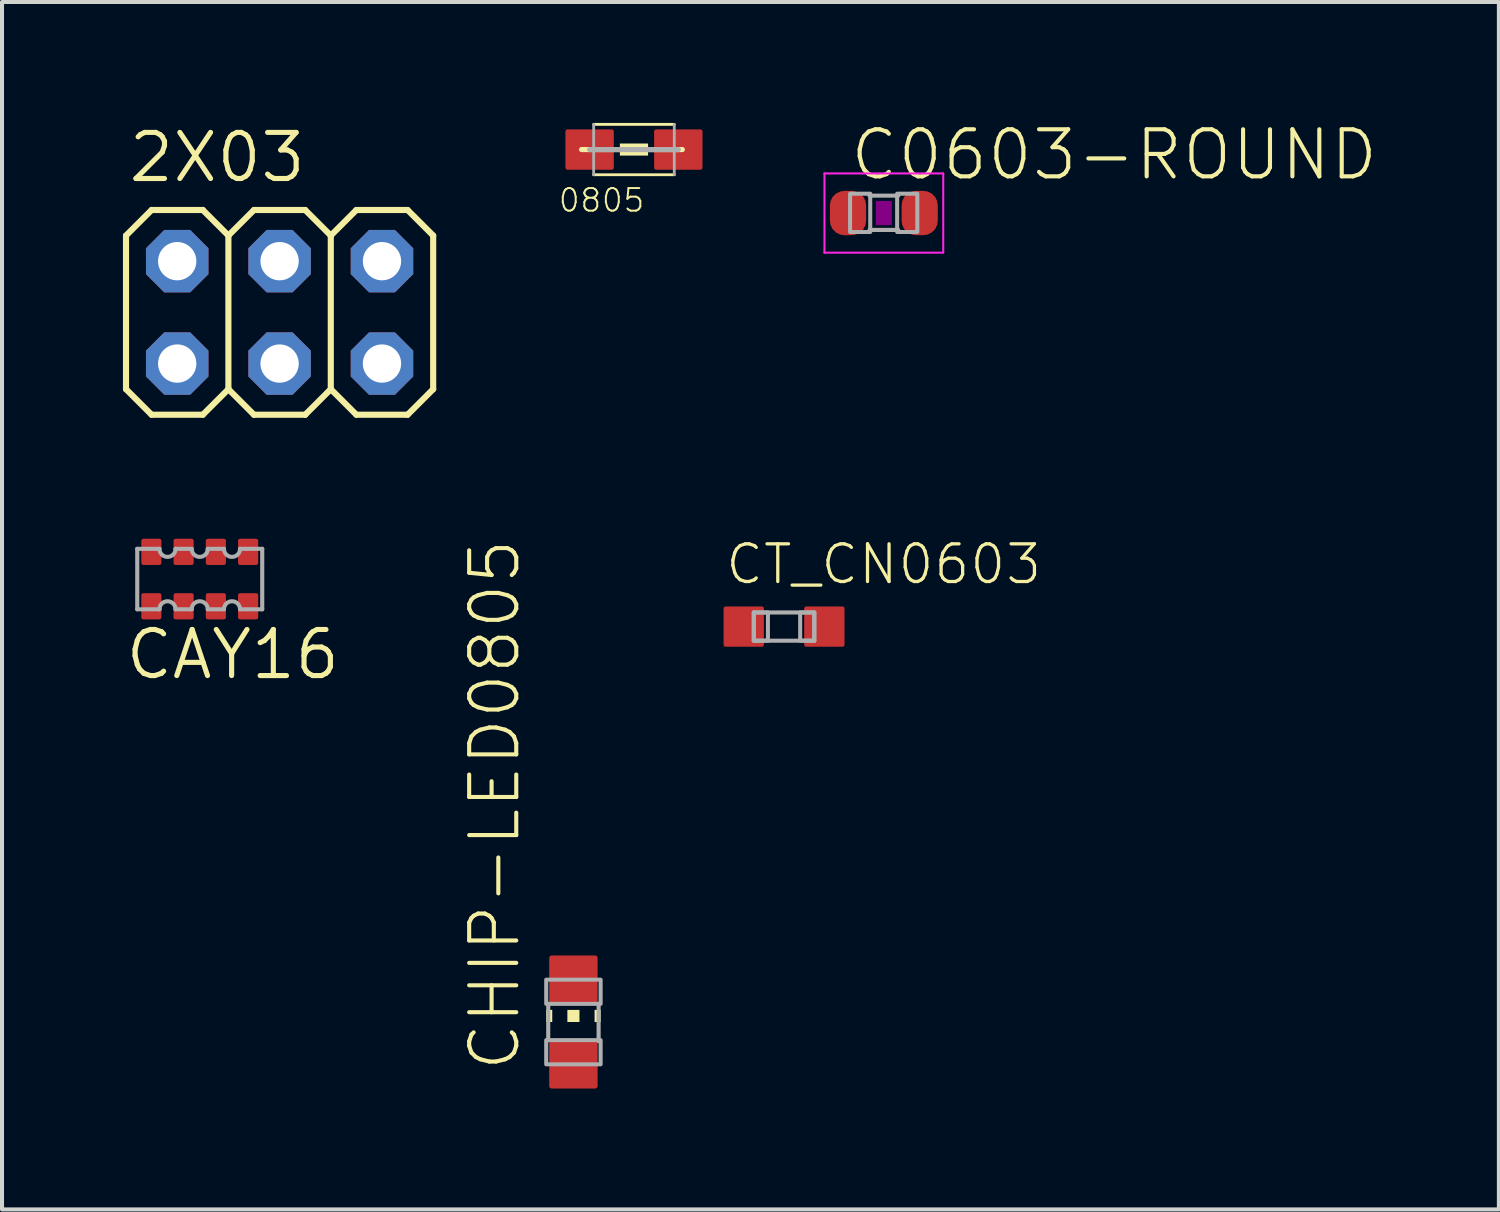
<source format=kicad_pcb>
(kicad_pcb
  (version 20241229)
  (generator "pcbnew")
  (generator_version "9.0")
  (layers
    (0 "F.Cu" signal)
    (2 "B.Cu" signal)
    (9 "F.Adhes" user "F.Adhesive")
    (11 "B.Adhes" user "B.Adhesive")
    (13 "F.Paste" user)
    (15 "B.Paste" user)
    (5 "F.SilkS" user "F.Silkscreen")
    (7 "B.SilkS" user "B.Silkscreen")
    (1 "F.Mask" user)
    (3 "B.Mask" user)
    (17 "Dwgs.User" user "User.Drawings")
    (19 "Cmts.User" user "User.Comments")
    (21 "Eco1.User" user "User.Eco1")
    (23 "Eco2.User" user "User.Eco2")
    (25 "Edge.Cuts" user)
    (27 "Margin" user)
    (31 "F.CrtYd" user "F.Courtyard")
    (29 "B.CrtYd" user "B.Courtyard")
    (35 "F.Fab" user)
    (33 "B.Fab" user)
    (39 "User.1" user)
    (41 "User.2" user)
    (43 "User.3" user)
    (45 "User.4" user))
  (footprint "C0603-ROUND"
    (layer "F.Cu")
    (at 18.876 2.235)
    (property "Reference" "C0603-ROUND" (at -0.889 -0.762 0) (layer "F.SilkS") (effects (font (size 1.168 1.168) (thickness 0.102)) (justify left bottom)))
    (fp_poly (pts (xy -0.2 0.3) (xy 0.2 0.3) (xy 0.2 -0.3) (xy -0.2 -0.3)) (stroke (width 0) (type solid)) (fill yes) (layer "F.Adhes"))
    (fp_line (start -1.473 -0.983) (end 1.473 -0.983) (stroke (width 0.051) (type solid)) (layer "F.CrtYd"))
    (fp_line (start -1.473 0.983) (end -1.473 -0.983) (stroke (width 0.051) (type solid)) (layer "F.CrtYd"))
    (fp_line (start 1.473 -0.983) (end 1.473 0.983) (stroke (width 0.051) (type solid)) (layer "F.CrtYd"))
    (fp_line (start 1.473 0.983) (end -1.473 0.983) (stroke (width 0.051) (type solid)) (layer "F.CrtYd"))
    (fp_line (start -0.356 -0.432) (end 0.356 -0.432) (stroke (width 0.102) (type solid)) (layer "F.Fab"))
    (fp_line (start -0.356 0.419) (end 0.356 0.419) (stroke (width 0.102) (type solid)) (layer "F.Fab"))
    (fp_poly (pts (xy -0.838 0.47) (xy -0.338 0.47) (xy -0.338 -0.48) (xy -0.838 -0.48)) (stroke (width 0.1) (type solid)) (fill no) (layer "F.Fab"))
    (fp_poly (pts (xy 0.33 0.47) (xy 0.83 0.47) (xy 0.83 -0.48) (xy 0.33 -0.48)) (stroke (width 0.1) (type solid)) (fill no) (layer "F.Fab"))
    (pad "1" smd roundrect (at -0.889 0 90) (size 1.1 0.898) (layers "F.Cu" "F.Mask" "F.Paste") (roundrect_rratio 0.4))
    (pad "2" smd roundrect (at 0.889 0 90) (size 1.1 0.898) (layers "F.Cu" "F.Mask" "F.Paste") (roundrect_rratio 0.4)))
  (footprint "CHIP-LED0805"
    (layer "F.Cu")
    (at 11.175 22.303)
    (property "Reference" "CHIP-LED0805" (at -1.27 1.27 90) (layer "F.SilkS") (effects (font (size 1.168 1.168) (thickness 0.102)) (justify left bottom)))
    (fp_poly (pts (xy -0.675 0) (xy -0.525 0) (xy -0.525 -0.3) (xy -0.675 -0.3)) (stroke (width 0) (type solid)) (fill yes) (layer "F.SilkS"))
    (fp_poly (pts (xy -0.15 0) (xy 0.15 0) (xy 0.15 -0.3) (xy -0.15 -0.3)) (stroke (width 0) (type solid)) (fill yes) (layer "F.SilkS"))
    (fp_poly (pts (xy 0.525 0) (xy 0.675 0) (xy 0.675 -0.3) (xy 0.525 -0.3)) (stroke (width 0) (type solid)) (fill yes) (layer "F.SilkS"))
    (fp_line (start -0.625 -0.45) (end -0.625 0.45) (stroke (width 0.102) (type solid)) (layer "F.Fab"))
    (fp_line (start 0.625 -0.45) (end 0.625 0.475) (stroke (width 0.102) (type solid)) (layer "F.Fab"))
    (fp_poly (pts (xy -0.675 -0.45) (xy 0.675 -0.45) (xy 0.675 -1.05) (xy -0.675 -1.05)) (stroke (width 0.1) (type solid)) (fill no) (layer "F.Fab"))
    (fp_poly (pts (xy -0.675 1.05) (xy 0.675 1.05) (xy 0.675 0.45) (xy -0.675 0.45)) (stroke (width 0.1) (type solid)) (fill no) (layer "F.Fab"))
    (pad "A" smd roundrect (at 0 1.05) (size 1.2 1.2) (layers "F.Cu" "F.Mask" "F.Paste") (roundrect_rratio 0.05))
    (pad "C" smd roundrect (at 0 -1.05) (size 1.2 1.2) (layers "F.Cu" "F.Mask" "F.Paste") (roundrect_rratio 0.05)))
  (footprint "0805"
    (layer "F.Cu")
    (at 12.677 0.66)
    (property "Reference" "0805" (at -1.905 1.587 0) (layer "F.SilkS") (effects (font (size 0.561 0.561) (thickness 0.049)) (justify left bottom)))
    (fp_line (start -1.3 0) (end 1.2 0) (stroke (width 0.127) (type solid)) (layer "F.SilkS"))
    (fp_line (start -1 -0.625) (end 1 -0.625) (stroke (width 0.07) (type solid)) (layer "F.SilkS"))
    (fp_line (start 1 0.625) (end -1 0.625) (stroke (width 0.07) (type solid)) (layer "F.SilkS"))
    (fp_poly (pts (xy -0.35 0.15) (xy 0.35 0.15) (xy 0.35 -0.15) (xy -0.35 -0.15)) (stroke (width 0) (type solid)) (fill yes) (layer "F.SilkS"))
    (fp_line (start -1.1 0) (end 1.1 0) (stroke (width 0.127) (type solid)) (layer "F.Fab"))
    (fp_line (start -1 0.625) (end -1 -0.625) (stroke (width 0.07) (type solid)) (layer "F.Fab"))
    (fp_line (start 1 -0.625) (end 1 0.625) (stroke (width 0.07) (type solid)) (layer "F.Fab"))
    (pad "1" smd roundrect (at -1.1 0) (size 1.2 1) (layers "F.Cu" "F.Mask" "F.Paste") (roundrect_rratio 0.051))
    (pad "2" smd roundrect (at 1.1 0) (size 1.2 1) (layers "F.Cu" "F.Mask" "F.Paste") (roundrect_rratio 0.051)))
  (footprint "CAY16"
    (layer "F.Cu")
    (at 1.905 11.315)
    (property "Reference" "CAY16" (at -1.905 2.54 0) (layer "F.SilkS") (effects (font (size 1.143 1.143) (thickness 0.127)) (justify left bottom)))
    (fp_line (start -1.55 -0.75) (end -1 -0.75) (stroke (width 0.102) (type solid)) (layer "F.Fab"))
    (fp_line (start -1.55 0.75) (end -1.55 -0.75) (stroke (width 0.102) (type solid)) (layer "F.Fab"))
    (fp_line (start -1 0.75) (end -1.55 0.75) (stroke (width 0.102) (type solid)) (layer "F.Fab"))
    (fp_line (start -0.6 -0.75) (end -0.2 -0.75) (stroke (width 0.102) (type solid)) (layer "F.Fab"))
    (fp_line (start -0.2 0.75) (end -0.6 0.75) (stroke (width 0.102) (type solid)) (layer "F.Fab"))
    (fp_line (start 0.2 -0.75) (end 0.6 -0.75) (stroke (width 0.102) (type solid)) (layer "F.Fab"))
    (fp_line (start 0.6 0.75) (end 0.2 0.75) (stroke (width 0.102) (type solid)) (layer "F.Fab"))
    (fp_line (start 1 -0.75) (end 1.55 -0.75) (stroke (width 0.102) (type solid)) (layer "F.Fab"))
    (fp_line (start 1.55 -0.75) (end 1.55 0.75) (stroke (width 0.102) (type solid)) (layer "F.Fab"))
    (fp_line (start 1.55 0.75) (end 1 0.75) (stroke (width 0.102) (type solid)) (layer "F.Fab"))
    (fp_arc (start -1 0.75) (mid -0.8 0.55) (end -0.6 0.75) (stroke (width 0.1016) (type solid)) (layer "F.Fab"))
    (fp_arc (start -0.6 -0.75) (mid -0.8 -0.55) (end -1 -0.75) (stroke (width 0.1016) (type solid)) (layer "F.Fab"))
    (fp_arc (start -0.2 0.75) (mid 0 0.55) (end 0.2 0.75) (stroke (width 0.1016) (type solid)) (layer "F.Fab"))
    (fp_arc (start 0.2 -0.75) (mid 0 -0.55) (end -0.2 -0.75) (stroke (width 0.1016) (type solid)) (layer "F.Fab"))
    (fp_arc (start 0.6 0.75) (mid 0.8 0.55) (end 1 0.75) (stroke (width 0.1016) (type solid)) (layer "F.Fab"))
    (fp_arc (start 1 -0.75) (mid 0.8 -0.55) (end 0.6 -0.75) (stroke (width 0.1016) (type solid)) (layer "F.Fab"))
    (pad "1" smd roundrect (at -1.2 0.675) (size 0.5 0.65) (layers "F.Cu" "F.Mask" "F.Paste") (roundrect_rratio 0.102))
    (pad "2" smd roundrect (at -0.4 0.675) (size 0.5 0.65) (layers "F.Cu" "F.Mask" "F.Paste") (roundrect_rratio 0.102))
    (pad "3" smd roundrect (at 0.4 0.675) (size 0.5 0.65) (layers "F.Cu" "F.Mask" "F.Paste") (roundrect_rratio 0.102))
    (pad "4" smd roundrect (at 1.2 0.675) (size 0.5 0.65) (layers "F.Cu" "F.Mask" "F.Paste") (roundrect_rratio 0.102))
    (pad "5" smd roundrect (at 1.2 -0.675) (size 0.5 0.65) (layers "F.Cu" "F.Mask" "F.Paste") (roundrect_rratio 0.102))
    (pad "6" smd roundrect (at 0.4 -0.675) (size 0.5 0.65) (layers "F.Cu" "F.Mask" "F.Paste") (roundrect_rratio 0.102))
    (pad "7" smd roundrect (at -0.4 -0.675) (size 0.5 0.65) (layers "F.Cu" "F.Mask" "F.Paste") (roundrect_rratio 0.102))
    (pad "8" smd roundrect (at -1.2 -0.675) (size 0.5 0.65) (layers "F.Cu" "F.Mask" "F.Paste") (roundrect_rratio 0.102)))
  (footprint "CT_CN0603"
    (layer "F.Cu")
    (at 16.4 12.494)
    (property "Reference" "CT_CN0603" (at -1.5 -1 0) (layer "F.SilkS") (effects (font (size 0.935 0.935) (thickness 0.081)) (justify left bottom)))
    (fp_line (start -0.75 -0.35) (end 0.75 -0.35) (stroke (width 0.102) (type solid)) (layer "F.Fab"))
    (fp_line (start -0.75 0.35) (end -0.75 -0.35) (stroke (width 0.102) (type solid)) (layer "F.Fab"))
    (fp_line (start 0.75 -0.35) (end 0.75 0.35) (stroke (width 0.102) (type solid)) (layer "F.Fab"))
    (fp_line (start 0.75 0.35) (end -0.75 0.35) (stroke (width 0.102) (type solid)) (layer "F.Fab"))
    (fp_poly (pts (xy -0.75 0.35) (xy -0.4 0.35) (xy -0.4 -0.35) (xy -0.75 -0.35)) (stroke (width 0.1) (type solid)) (fill no) (layer "F.Fab"))
    (fp_poly (pts (xy 0.75 -0.35) (xy 0.4 -0.35) (xy 0.4 0.35) (xy 0.75 0.35)) (stroke (width 0.1) (type solid)) (fill no) (layer "F.Fab"))
    (pad "1" smd roundrect (at -1 0) (size 1 1) (layers "F.Cu" "F.Mask" "F.Paste") (roundrect_rratio 0.051))
    (pad "2" smd roundrect (at 1 0) (size 1 1) (layers "F.Cu" "F.Mask" "F.Paste") (roundrect_rratio 0.051)))
  (footprint "2X03"
    (layer "F.Cu")
    (at 3.886 4.699)
    (property "Reference" "2X03" (at -3.81 -3.175 0) (layer "F.SilkS") (effects (font (size 1.143 1.143) (thickness 0.127)) (justify left bottom)))
    (fp_line (start -3.81 -1.905) (end -3.175 -2.54) (stroke (width 0.152) (type solid)) (layer "F.SilkS"))
    (fp_line (start -3.81 1.905) (end -3.81 -1.905) (stroke (width 0.152) (type solid)) (layer "F.SilkS"))
    (fp_line (start -3.81 1.905) (end -3.175 2.54) (stroke (width 0.152) (type solid)) (layer "F.SilkS"))
    (fp_line (start -3.175 -2.54) (end -1.905 -2.54) (stroke (width 0.152) (type solid)) (layer "F.SilkS"))
    (fp_line (start -3.175 2.54) (end -1.905 2.54) (stroke (width 0.152) (type solid)) (layer "F.SilkS"))
    (fp_line (start -1.905 -2.54) (end -1.27 -1.905) (stroke (width 0.152) (type solid)) (layer "F.SilkS"))
    (fp_line (start -1.905 2.54) (end -1.27 1.905) (stroke (width 0.152) (type solid)) (layer "F.SilkS"))
    (fp_line (start -1.27 -1.905) (end -1.27 1.905) (stroke (width 0.152) (type solid)) (layer "F.SilkS"))
    (fp_line (start -1.27 -1.905) (end -0.635 -2.54) (stroke (width 0.152) (type solid)) (layer "F.SilkS"))
    (fp_line (start -1.27 1.905) (end -0.635 2.54) (stroke (width 0.152) (type solid)) (layer "F.SilkS"))
    (fp_line (start -0.635 -2.54) (end 0.635 -2.54) (stroke (width 0.152) (type solid)) (layer "F.SilkS"))
    (fp_line (start -0.635 2.54) (end 0.635 2.54) (stroke (width 0.152) (type solid)) (layer "F.SilkS"))
    (fp_line (start 0.635 -2.54) (end 1.27 -1.905) (stroke (width 0.152) (type solid)) (layer "F.SilkS"))
    (fp_line (start 0.635 2.54) (end 1.27 1.905) (stroke (width 0.152) (type solid)) (layer "F.SilkS"))
    (fp_line (start 1.27 -1.905) (end 1.27 1.905) (stroke (width 0.152) (type solid)) (layer "F.SilkS"))
    (fp_line (start 1.27 -1.905) (end 1.905 -2.54) (stroke (width 0.152) (type solid)) (layer "F.SilkS"))
    (fp_line (start 1.27 1.905) (end 1.905 2.54) (stroke (width 0.152) (type solid)) (layer "F.SilkS"))
    (fp_line (start 1.905 -2.54) (end 3.175 -2.54) (stroke (width 0.152) (type solid)) (layer "F.SilkS"))
    (fp_line (start 1.905 2.54) (end 3.175 2.54) (stroke (width 0.152) (type solid)) (layer "F.SilkS"))
    (fp_line (start 3.175 -2.54) (end 3.81 -1.905) (stroke (width 0.152) (type solid)) (layer "F.SilkS"))
    (fp_line (start 3.175 2.54) (end 3.81 1.905) (stroke (width 0.152) (type solid)) (layer "F.SilkS"))
    (fp_line (start 3.81 -1.905) (end 3.81 1.905) (stroke (width 0.152) (type solid)) (layer "F.SilkS"))
    (fp_poly (pts (xy -2.794 -1.016) (xy -2.286 -1.016) (xy -2.286 -1.524) (xy -2.794 -1.524)) (stroke (width 0.1) (type solid)) (fill no) (layer "F.Fab"))
    (fp_poly (pts (xy -2.794 1.524) (xy -2.286 1.524) (xy -2.286 1.016) (xy -2.794 1.016)) (stroke (width 0.1) (type solid)) (fill no) (layer "F.Fab"))
    (fp_poly (pts (xy -0.254 -1.016) (xy 0.254 -1.016) (xy 0.254 -1.524) (xy -0.254 -1.524)) (stroke (width 0.1) (type solid)) (fill no) (layer "F.Fab"))
    (fp_poly (pts (xy -0.254 1.524) (xy 0.254 1.524) (xy 0.254 1.016) (xy -0.254 1.016)) (stroke (width 0.1) (type solid)) (fill no) (layer "F.Fab"))
    (fp_poly (pts (xy 2.286 -1.016) (xy 2.794 -1.016) (xy 2.794 -1.524) (xy 2.286 -1.524)) (stroke (width 0.1) (type solid)) (fill no) (layer "F.Fab"))
    (fp_poly (pts (xy 2.286 1.524) (xy 2.794 1.524) (xy 2.794 1.016) (xy 2.286 1.016)) (stroke (width 0.1) (type solid)) (fill no) (layer "F.Fab"))
    (pad "1" thru_hole roundrect (at -2.54 1.27) (size 1.55 1.55) (drill 0.95) (layers "*.Cu" "*.Mask") (roundrect_rratio 0.25) (chamfer_ratio 0.293) (chamfer top_left top_right bottom_left bottom_right))
    (pad "2" thru_hole roundrect (at -2.54 -1.27) (size 1.55 1.55) (drill 0.95) (layers "*.Cu" "*.Mask") (roundrect_rratio 0.25) (chamfer_ratio 0.293) (chamfer top_left top_right bottom_left bottom_right))
    (pad "3" thru_hole roundrect (at 0 1.27) (size 1.55 1.55) (drill 0.95) (layers "*.Cu" "*.Mask") (roundrect_rratio 0.25) (chamfer_ratio 0.293) (chamfer top_left top_right bottom_left bottom_right))
    (pad "4" thru_hole roundrect (at 0 -1.27) (size 1.55 1.55) (drill 0.95) (layers "*.Cu" "*.Mask") (roundrect_rratio 0.25) (chamfer_ratio 0.293) (chamfer top_left top_right bottom_left bottom_right))
    (pad "5" thru_hole roundrect (at 2.54 1.27) (size 1.55 1.55) (drill 0.95) (layers "*.Cu" "*.Mask") (roundrect_rratio 0.25) (chamfer_ratio 0.293) (chamfer top_left top_right bottom_left bottom_right))
    (pad "6" thru_hole roundrect (at 2.54 -1.27) (size 1.55 1.55) (drill 0.95) (layers "*.Cu" "*.Mask") (roundrect_rratio 0.25) (chamfer_ratio 0.293) (chamfer top_left top_right bottom_left bottom_right)))
  (gr_rect
    (start -3 -3)
    (end 34.133 26.953)
    (stroke (width 0.1) (type default))
    (fill no)
    (layer "Edge.Cuts")))
</source>
